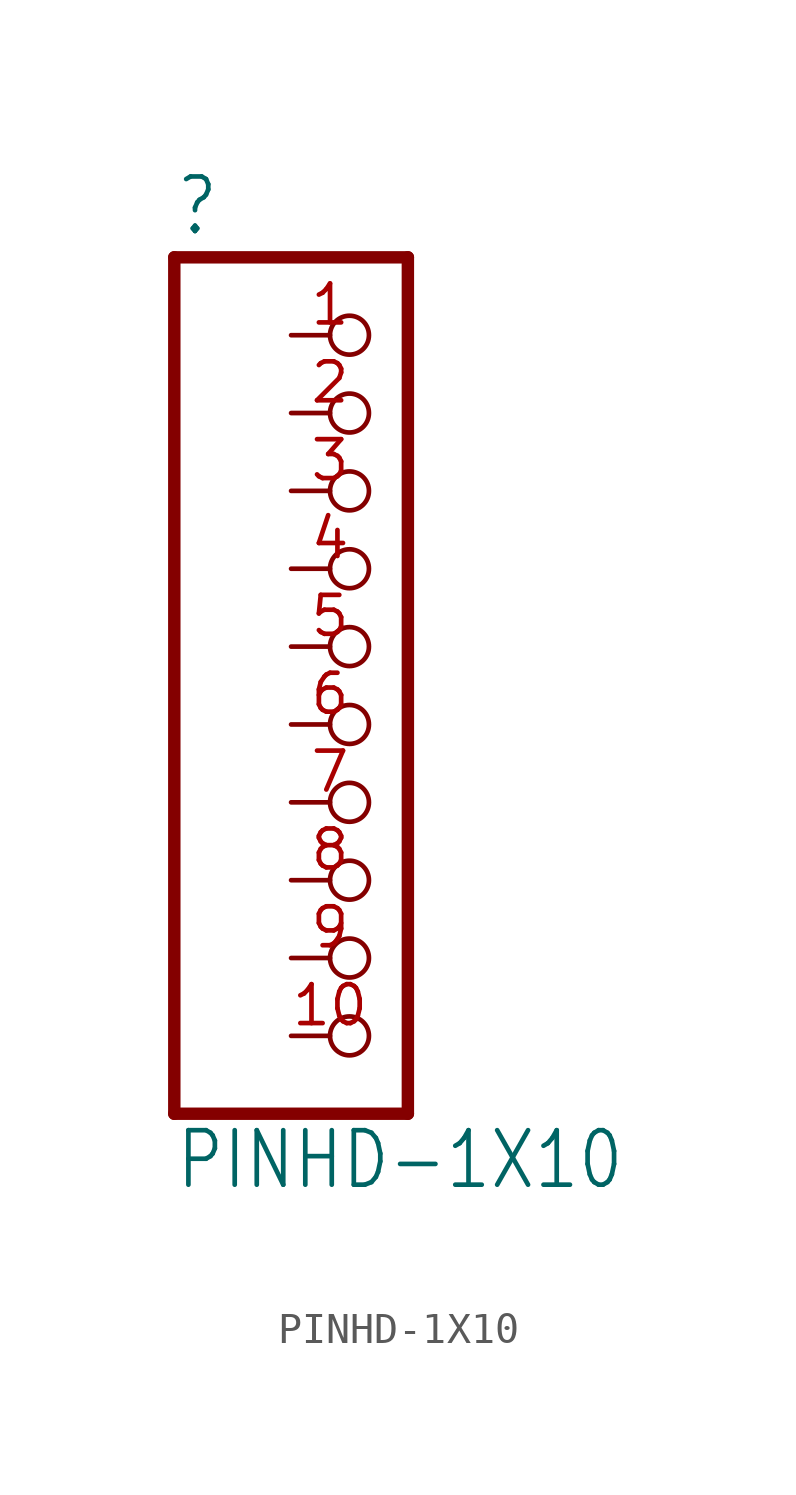
<source format=kicad_sym>
(kicad_symbol_lib
  (version 20211014)
  (generator kicad_symbol_editor)
  (symbol "PINHD-1X10"
    (property "Reference" ""
      (at -6.35 13.335 0)
      (effects (font (size 1.778 1.511)) (justify left bottom)))
    (property "Value" "PINHD-1X10"
      (at -6.35 -17.78 0)
      (effects (font (size 1.778 1.511)) (justify left bottom)))
    (property "ki_locked" ""
      (at 0 0 0)
      (effects (font (size 1.27 1.27))))
    (symbol "PINHD-1X10_1_0"
      (polyline (pts (xy -6.35 -15.24) (xy 1.27 -15.24)) (stroke (width 0.406) (type default) (color 0 0 0 0)) (fill (type none)))
      (polyline (pts (xy -6.35 12.7) (xy -6.35 -15.24)) (stroke (width 0.406) (type default) (color 0 0 0 0)) (fill (type none)))
      (polyline (pts (xy 1.27 -15.24) (xy 1.27 12.7)) (stroke (width 0.406) (type default) (color 0 0 0 0)) (fill (type none)))
      (polyline (pts (xy 1.27 12.7) (xy -6.35 12.7)) (stroke (width 0.406) (type default) (color 0 0 0 0)) (fill (type none)))
      (pin passive inverted (at -2.54 10.16 0) (length 2.54) (name "1" (effects (font (size 0 0)))) (number "1" (effects (font (size 1.27 1.27)))))
      (pin passive inverted (at -2.54 -12.7 0) (length 2.54) (name "10" (effects (font (size 0 0)))) (number "10" (effects (font (size 1.27 1.27)))))
      (pin passive inverted (at -2.54 7.62 0) (length 2.54) (name "2" (effects (font (size 0 0)))) (number "2" (effects (font (size 1.27 1.27)))))
      (pin passive inverted (at -2.54 5.08 0) (length 2.54) (name "3" (effects (font (size 0 0)))) (number "3" (effects (font (size 1.27 1.27)))))
      (pin passive inverted (at -2.54 2.54 0) (length 2.54) (name "4" (effects (font (size 0 0)))) (number "4" (effects (font (size 1.27 1.27)))))
      (pin passive inverted (at -2.54 0 0) (length 2.54) (name "5" (effects (font (size 0 0)))) (number "5" (effects (font (size 1.27 1.27)))))
      (pin passive inverted (at -2.54 -2.54 0) (length 2.54) (name "6" (effects (font (size 0 0)))) (number "6" (effects (font (size 1.27 1.27)))))
      (pin passive inverted (at -2.54 -5.08 0) (length 2.54) (name "7" (effects (font (size 0 0)))) (number "7" (effects (font (size 1.27 1.27)))))
      (pin passive inverted (at -2.54 -7.62 0) (length 2.54) (name "8" (effects (font (size 0 0)))) (number "8" (effects (font (size 1.27 1.27)))))
      (pin passive inverted (at -2.54 -10.16 0) (length 2.54) (name "9" (effects (font (size 0 0)))) (number "9" (effects (font (size 1.27 1.27))))))))
</source>
